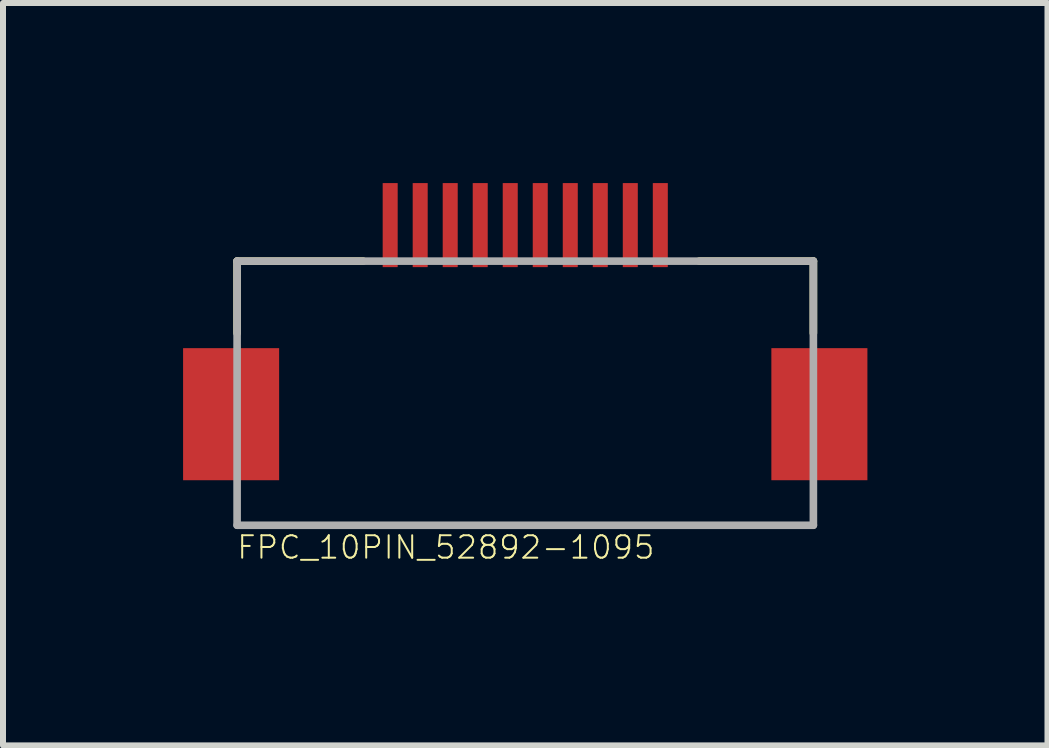
<source format=kicad_pcb>
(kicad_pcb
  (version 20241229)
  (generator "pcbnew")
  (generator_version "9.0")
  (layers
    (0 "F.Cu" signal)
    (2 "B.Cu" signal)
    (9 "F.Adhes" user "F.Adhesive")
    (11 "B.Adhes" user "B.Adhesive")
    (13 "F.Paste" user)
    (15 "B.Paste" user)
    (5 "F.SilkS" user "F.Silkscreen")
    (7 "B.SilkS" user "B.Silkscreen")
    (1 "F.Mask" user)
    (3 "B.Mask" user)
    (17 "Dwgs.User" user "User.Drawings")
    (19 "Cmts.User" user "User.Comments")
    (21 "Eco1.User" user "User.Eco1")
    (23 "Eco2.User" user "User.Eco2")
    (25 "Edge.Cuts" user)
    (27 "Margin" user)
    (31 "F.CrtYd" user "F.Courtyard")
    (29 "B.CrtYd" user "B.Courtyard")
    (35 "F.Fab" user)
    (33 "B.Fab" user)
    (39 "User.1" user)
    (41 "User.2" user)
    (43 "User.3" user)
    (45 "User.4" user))
  (footprint "FPC_10PIN_52892-1095"
    (layer "F.Cu")
    (at 5.7 0.7)
    (property "Reference" "FPC_10PIN_52892-1095" (at -4.826 5.588 0) (layer "F.SilkS") (effects (font (size 0.374 0.374) (thickness 0.033)) (justify left bottom)))
    (fp_line (start -4.8 0.6) (end -4.8 1.8) (stroke (width 0.127) (type solid)) (layer "F.SilkS"))
    (fp_line (start -2.7 0.6) (end -4.8 0.6) (stroke (width 0.127) (type solid)) (layer "F.SilkS"))
    (fp_line (start 2.9 0.6) (end 4.8 0.6) (stroke (width 0.127) (type solid)) (layer "F.SilkS"))
    (fp_line (start 4.8 0.6) (end 4.8 1.8) (stroke (width 0.127) (type solid)) (layer "F.SilkS"))
    (fp_line (start -4.8 0.6) (end -4.8 5) (stroke (width 0.127) (type solid)) (layer "F.Fab"))
    (fp_line (start -4.8 0.6) (end 4.8 0.6) (stroke (width 0.127) (type solid)) (layer "F.Fab"))
    (fp_line (start -4.8 5) (end 4.8 5) (stroke (width 0.127) (type solid)) (layer "F.Fab"))
    (fp_line (start 4.8 0.6) (end 4.8 5) (stroke (width 0.127) (type solid)) (layer "F.Fab"))
    (pad "P$1" smd rect (at -2.25 0) (size 0.25 1.4) (layers "F.Cu" "F.Mask" "F.Paste"))
    (pad "P$2" smd rect (at -1.75 0) (size 0.25 1.4) (layers "F.Cu" "F.Mask" "F.Paste"))
    (pad "P$3" smd rect (at -1.25 0) (size 0.25 1.4) (layers "F.Cu" "F.Mask" "F.Paste"))
    (pad "P$4" smd rect (at -0.75 0) (size 0.25 1.4) (layers "F.Cu" "F.Mask" "F.Paste"))
    (pad "P$5" smd rect (at -0.25 0) (size 0.25 1.4) (layers "F.Cu" "F.Mask" "F.Paste"))
    (pad "P$6" smd rect (at 0.25 0) (size 0.25 1.4) (layers "F.Cu" "F.Mask" "F.Paste"))
    (pad "P$7" smd rect (at 0.75 0) (size 0.25 1.4) (layers "F.Cu" "F.Mask" "F.Paste"))
    (pad "P$8" smd rect (at 1.25 0) (size 0.25 1.4) (layers "F.Cu" "F.Mask" "F.Paste"))
    (pad "P$9" smd rect (at 1.75 0) (size 0.25 1.4) (layers "F.Cu" "F.Mask" "F.Paste"))
    (pad "P$10" smd rect (at 2.25 0) (size 0.25 1.4) (layers "F.Cu" "F.Mask" "F.Paste"))
    (pad "SUPPORT1" smd rect (at -4.9 3.15) (size 1.6 2.2) (layers "F.Cu" "F.Mask" "F.Paste"))
    (pad "SUPPORT2" smd rect (at 4.9 3.15) (size 1.6 2.2) (layers "F.Cu" "F.Mask" "F.Paste")))
  (gr_rect
    (start -3 -3)
    (end 14.4 9.368)
    (stroke (width 0.1) (type default))
    (fill no)
    (layer "Edge.Cuts")))
</source>
